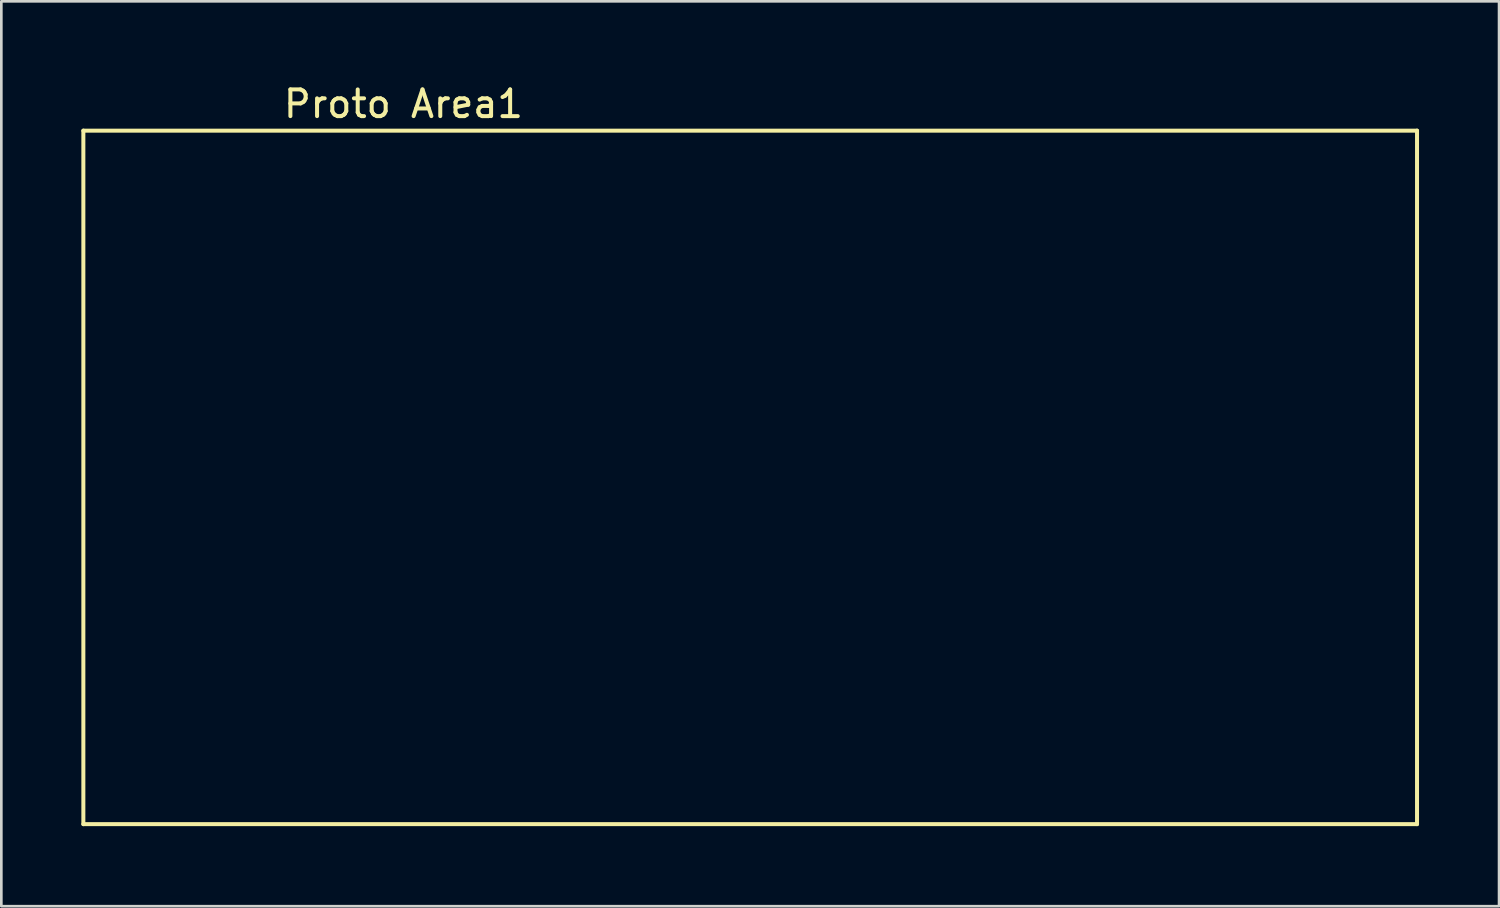
<source format=kicad_pcb>
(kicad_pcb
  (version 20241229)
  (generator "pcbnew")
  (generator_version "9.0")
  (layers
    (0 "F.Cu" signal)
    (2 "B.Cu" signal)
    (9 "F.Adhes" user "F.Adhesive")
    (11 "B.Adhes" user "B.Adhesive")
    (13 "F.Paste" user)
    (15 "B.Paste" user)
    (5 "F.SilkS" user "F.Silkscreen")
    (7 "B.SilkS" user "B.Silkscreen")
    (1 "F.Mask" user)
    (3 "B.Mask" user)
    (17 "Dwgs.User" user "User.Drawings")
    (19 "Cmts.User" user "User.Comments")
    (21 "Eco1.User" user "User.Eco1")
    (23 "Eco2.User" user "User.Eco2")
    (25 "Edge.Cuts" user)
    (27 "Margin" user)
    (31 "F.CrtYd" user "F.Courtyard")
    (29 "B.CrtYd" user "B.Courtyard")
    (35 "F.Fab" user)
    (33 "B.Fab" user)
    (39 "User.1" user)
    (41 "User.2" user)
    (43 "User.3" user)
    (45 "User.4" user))
  (footprint "Proto Area1"
    (layer "F.Cu")
    (at 25.075 14.848)
    (property "Reference" "Proto Area1" (at -13 -14 0) (layer "F.SilkS") (effects (font (size 1 1) (thickness 0.15))))
    (attr through_hole)
    (fp_line (start -25 -13) (end 25 -13) (stroke (width 0.15) (type solid)) (layer "F.SilkS"))
    (fp_line (start -25 13) (end -25 -13) (stroke (width 0.15) (type solid)) (layer "F.SilkS"))
    (fp_line (start 25 -13) (end 25 13) (stroke (width 0.15) (type solid)) (layer "F.SilkS"))
    (fp_line (start 25 13) (end -25 13) (stroke (width 0.15) (type solid)) (layer "F.SilkS")))
  (gr_rect
    (start -3 -3)
    (end 53.15 30.923)
    (stroke (width 0.1) (type default))
    (fill no)
    (layer "Edge.Cuts")))
</source>
